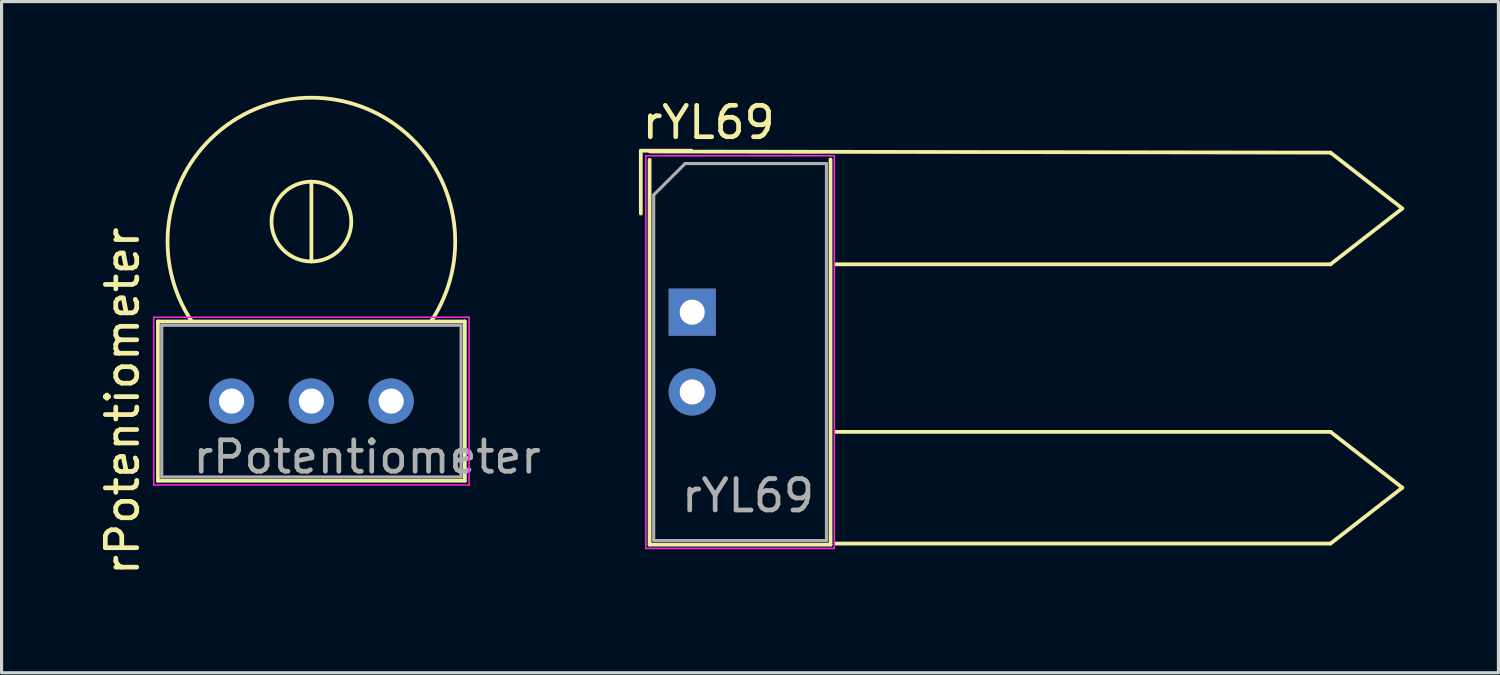
<source format=kicad_pcb>
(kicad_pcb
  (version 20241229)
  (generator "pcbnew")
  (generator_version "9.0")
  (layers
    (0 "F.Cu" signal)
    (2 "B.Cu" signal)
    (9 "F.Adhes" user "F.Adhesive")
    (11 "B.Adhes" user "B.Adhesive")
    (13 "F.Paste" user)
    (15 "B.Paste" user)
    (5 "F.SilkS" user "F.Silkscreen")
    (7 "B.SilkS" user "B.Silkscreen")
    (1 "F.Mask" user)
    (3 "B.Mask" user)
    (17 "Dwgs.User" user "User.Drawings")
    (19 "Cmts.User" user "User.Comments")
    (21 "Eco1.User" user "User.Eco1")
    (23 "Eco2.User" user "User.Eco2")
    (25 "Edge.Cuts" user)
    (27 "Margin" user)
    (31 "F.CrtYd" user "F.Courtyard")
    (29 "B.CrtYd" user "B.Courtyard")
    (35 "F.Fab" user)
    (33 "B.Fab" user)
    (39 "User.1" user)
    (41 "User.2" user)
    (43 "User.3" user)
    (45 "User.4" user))
  (footprint "rYL69"
    (layer "F.Cu")
    (at 20.51 4.348)
    (property "Reference" "rYL69" (at -1 -3.5 0) (layer "F.SilkS") (effects (font (size 1 1) (thickness 0.15))))
    (attr through_hole)
    (fp_line (start -3.16 -2.6) (end -3.16 -0.6) (stroke (width 0.12) (type solid)) (layer "F.SilkS"))
    (fp_line (start -3.16 -2.6) (end -1.55 -2.6) (stroke (width 0.12) (type solid)) (layer "F.SilkS"))
    (fp_line (start -2.88 9.94) (end -2.88 -2.31) (stroke (width 0.12) (type solid)) (layer "F.SilkS"))
    (fp_line (start -2.87 -2.574) (end 18.796 -2.54) (stroke (width 0.12) (type solid)) (layer "F.SilkS"))
    (fp_line (start 2.88 -2.32) (end 2.88 9.94) (stroke (width 0.12) (type solid)) (layer "F.SilkS"))
    (fp_line (start 2.88 9.94) (end -2.88 9.94) (stroke (width 0.12) (type solid)) (layer "F.SilkS"))
    (fp_line (start 18.796 -2.54) (end 21.082 -0.762) (stroke (width 0.12) (type solid)) (layer "F.SilkS"))
    (fp_line (start 18.796 1.016) (end 3.048 1.016) (stroke (width 0.12) (type solid)) (layer "F.SilkS"))
    (fp_line (start 18.796 1.016) (end 21.082 -0.762) (stroke (width 0.12) (type solid)) (layer "F.SilkS"))
    (fp_line (start 18.796 6.35) (end 3.048 6.35) (stroke (width 0.12) (type solid)) (layer "F.SilkS"))
    (fp_line (start 18.796 6.35) (end 21.082 8.128) (stroke (width 0.12) (type solid)) (layer "F.SilkS"))
    (fp_line (start 18.796 9.906) (end 3.048 9.906) (stroke (width 0.12) (type solid)) (layer "F.SilkS"))
    (fp_line (start 18.796 9.906) (end 21.082 8.128) (stroke (width 0.12) (type solid)) (layer "F.SilkS"))
    (fp_line (start -3 -2.44) (end 3 -2.44) (stroke (width 0.05) (type solid)) (layer "F.CrtYd"))
    (fp_line (start -3 10.06) (end -3 -2.44) (stroke (width 0.05) (type solid)) (layer "F.CrtYd"))
    (fp_line (start 3 -2.44) (end 3 10.06) (stroke (width 0.05) (type solid)) (layer "F.CrtYd"))
    (fp_line (start 3 10.06) (end -3 10.06) (stroke (width 0.05) (type solid)) (layer "F.CrtYd"))
    (fp_line (start -2.75 -1.19) (end -2.75 9.81) (stroke (width 0.1) (type solid)) (layer "F.Fab"))
    (fp_line (start -2.75 -1.19) (end -1.75 -2.19) (stroke (width 0.1) (type solid)) (layer "F.Fab"))
    (fp_line (start -1.75 -2.19) (end 2.75 -2.19) (stroke (width 0.1) (type solid)) (layer "F.Fab"))
    (fp_line (start 2.75 -2.19) (end 2.75 9.81) (stroke (width 0.1) (type solid)) (layer "F.Fab"))
    (fp_line (start 2.75 9.81) (end -2.75 9.81) (stroke (width 0.1) (type solid)) (layer "F.Fab"))
    (fp_text user "${REFERENCE}" (at 0.254 8.382 0) (layer "F.Fab") (effects (font (size 1 1) (thickness 0.15))))
    (pad "1" thru_hole rect (at -1.524 2.54) (size 1.5 1.5) (drill 0.8) (layers "*.Cu" "*.Mask"))
    (pad "2" thru_hole circle (at -1.524 5.08) (size 1.5 1.5) (drill 0.8) (layers "*.Cu" "*.Mask")))
  (footprint "rPotentiometer"
    (layer "F.Cu")
    (at 6.863 9.719)
    (property "Reference" "rPotentiometer" (at -6.015 0 90) (layer "F.SilkS") (effects (font (size 1 1) (thickness 0.15))))
    (attr through_hole)
    (fp_line (start -4.885 -2.535) (end 4.885 -2.535) (stroke (width 0.12) (type solid)) (layer "F.SilkS"))
    (fp_line (start -4.885 2.535) (end -4.885 -2.535) (stroke (width 0.12) (type solid)) (layer "F.SilkS"))
    (fp_line (start -4.885 2.535) (end 4.885 2.535) (stroke (width 0.12) (type solid)) (layer "F.SilkS"))
    (fp_line (start 0 -4.445) (end 0 -6.985) (stroke (width 0.12) (type solid)) (layer "F.SilkS"))
    (fp_line (start 4.885 2.535) (end 4.885 -2.535) (stroke (width 0.12) (type solid)) (layer "F.SilkS"))
    (fp_arc (start -3.809999 -2.540001) (mid 0 -9.659049) (end 3.809999 -2.540001) (stroke (width 0.12) (type solid)) (layer "F.SilkS"))
    (fp_circle (center 0 -5.715) (end 1.27 -5.715) (stroke (width 0.12) (type solid)) (fill no) (layer "F.SilkS"))
    (fp_line (start -5.02 -2.67) (end -5.02 2.67) (stroke (width 0.05) (type solid)) (layer "F.CrtYd"))
    (fp_line (start -5.02 2.67) (end 5.02 2.67) (stroke (width 0.05) (type solid)) (layer "F.CrtYd"))
    (fp_line (start 5.02 -2.67) (end -5.02 -2.67) (stroke (width 0.05) (type solid)) (layer "F.CrtYd"))
    (fp_line (start 5.02 2.67) (end 5.02 -2.67) (stroke (width 0.05) (type solid)) (layer "F.CrtYd"))
    (fp_line (start -4.765 -2.415) (end 4.765 -2.415) (stroke (width 0.1) (type solid)) (layer "F.Fab"))
    (fp_line (start -4.765 2.415) (end -4.765 -2.415) (stroke (width 0.1) (type solid)) (layer "F.Fab"))
    (fp_line (start 4.765 -2.415) (end 4.765 2.415) (stroke (width 0.1) (type solid)) (layer "F.Fab"))
    (fp_line (start 4.765 2.415) (end -4.765 2.415) (stroke (width 0.1) (type solid)) (layer "F.Fab"))
    (fp_text user "${REFERENCE}" (at 1.778 1.778 180) (layer "F.Fab") (effects (font (size 1 1) (thickness 0.15))))
    (pad "A" thru_hole circle (at -2.54 0 90) (size 1.44 1.44) (drill 0.8) (layers "*.Cu" "*.Mask"))
    (pad "B" thru_hole circle (at 2.54 0 90) (size 1.44 1.44) (drill 0.8) (layers "*.Cu" "*.Mask"))
    (pad "C" thru_hole circle (at 0 0 90) (size 1.44 1.44) (drill 0.8) (layers "*.Cu" "*.Mask")))
  (gr_rect
    (start -3 -3)
    (end 44.652 18.368)
    (stroke (width 0.1) (type default))
    (fill no)
    (layer "Edge.Cuts")))
</source>
